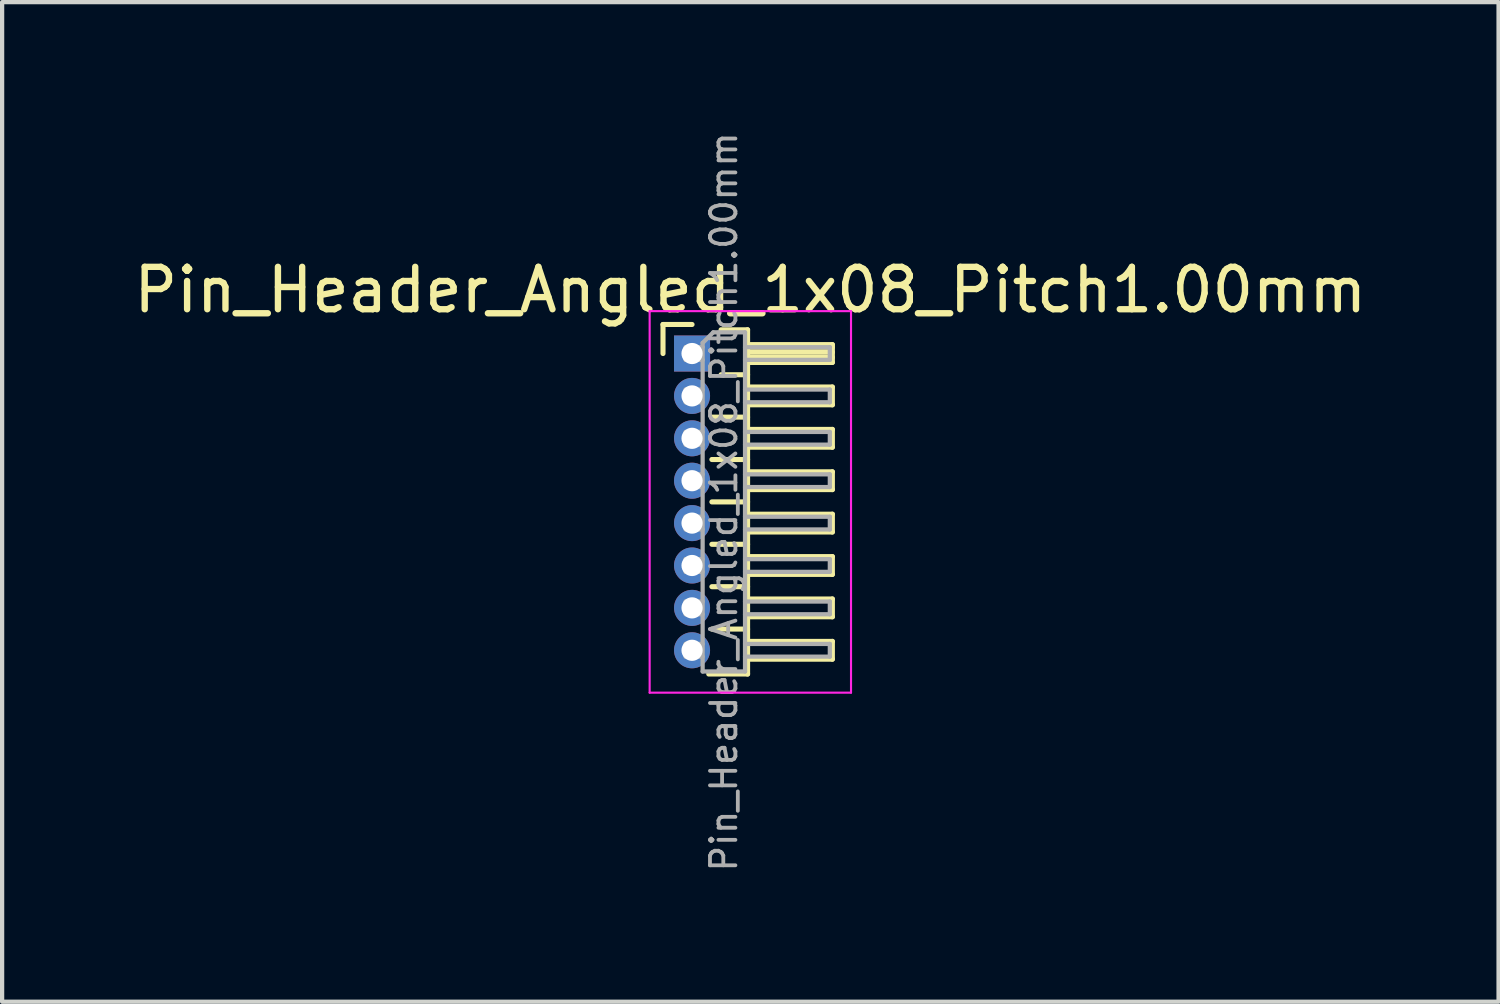
<source format=kicad_pcb>
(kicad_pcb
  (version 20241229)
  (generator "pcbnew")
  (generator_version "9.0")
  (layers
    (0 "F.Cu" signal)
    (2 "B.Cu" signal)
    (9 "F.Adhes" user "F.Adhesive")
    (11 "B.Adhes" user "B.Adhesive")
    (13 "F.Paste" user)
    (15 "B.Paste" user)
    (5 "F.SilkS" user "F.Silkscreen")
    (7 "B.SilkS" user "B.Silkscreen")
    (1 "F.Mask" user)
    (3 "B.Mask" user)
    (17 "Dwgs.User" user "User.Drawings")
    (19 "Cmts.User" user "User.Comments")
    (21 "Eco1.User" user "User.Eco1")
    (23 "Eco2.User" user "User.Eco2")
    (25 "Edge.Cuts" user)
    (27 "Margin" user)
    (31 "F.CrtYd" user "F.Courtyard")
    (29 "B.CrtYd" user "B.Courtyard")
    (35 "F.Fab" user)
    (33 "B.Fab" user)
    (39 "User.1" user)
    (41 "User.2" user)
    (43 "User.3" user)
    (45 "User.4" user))
  (footprint "Pin_Header_Angled_1x08_Pitch1.00mm"
    (layer "F.Cu")
    (at 13.274 5.289)
    (property "Reference" "Pin_Header_Angled_1x08_Pitch1.00mm" (at 1.375 -1.5 0) (layer "F.SilkS") (effects (font (size 1 1) (thickness 0.15))))
    (attr through_hole)
    (fp_line (start -0.685 -0.685) (end 0 -0.685) (stroke (width 0.12) (type solid)) (layer "F.SilkS"))
    (fp_line (start -0.685 0) (end -0.685 -0.685) (stroke (width 0.12) (type solid)) (layer "F.SilkS"))
    (fp_line (start 0.468 1.5) (end 1.31 1.5) (stroke (width 0.12) (type solid)) (layer "F.SilkS"))
    (fp_line (start 0.468 2.5) (end 1.31 2.5) (stroke (width 0.12) (type solid)) (layer "F.SilkS"))
    (fp_line (start 0.468 3.5) (end 1.31 3.5) (stroke (width 0.12) (type solid)) (layer "F.SilkS"))
    (fp_line (start 0.468 4.5) (end 1.31 4.5) (stroke (width 0.12) (type solid)) (layer "F.SilkS"))
    (fp_line (start 0.468 5.5) (end 1.31 5.5) (stroke (width 0.12) (type solid)) (layer "F.SilkS"))
    (fp_line (start 0.468 6.5) (end 1.31 6.5) (stroke (width 0.12) (type solid)) (layer "F.SilkS"))
    (fp_line (start 0.685 -0.56) (end 1.31 -0.56) (stroke (width 0.12) (type solid)) (layer "F.SilkS"))
    (fp_line (start 0.685 0.5) (end 1.31 0.5) (stroke (width 0.12) (type solid)) (layer "F.SilkS"))
    (fp_line (start 1.31 -0.56) (end 1.31 7.56) (stroke (width 0.12) (type solid)) (layer "F.SilkS"))
    (fp_line (start 1.31 -0.21) (end 3.31 -0.21) (stroke (width 0.12) (type solid)) (layer "F.SilkS"))
    (fp_line (start 1.31 -0.15) (end 3.31 -0.15) (stroke (width 0.12) (type solid)) (layer "F.SilkS"))
    (fp_line (start 1.31 -0.03) (end 3.31 -0.03) (stroke (width 0.12) (type solid)) (layer "F.SilkS"))
    (fp_line (start 1.31 0.09) (end 3.31 0.09) (stroke (width 0.12) (type solid)) (layer "F.SilkS"))
    (fp_line (start 1.31 0.79) (end 3.31 0.79) (stroke (width 0.12) (type solid)) (layer "F.SilkS"))
    (fp_line (start 1.31 1.79) (end 3.31 1.79) (stroke (width 0.12) (type solid)) (layer "F.SilkS"))
    (fp_line (start 1.31 2.79) (end 3.31 2.79) (stroke (width 0.12) (type solid)) (layer "F.SilkS"))
    (fp_line (start 1.31 3.79) (end 3.31 3.79) (stroke (width 0.12) (type solid)) (layer "F.SilkS"))
    (fp_line (start 1.31 4.79) (end 3.31 4.79) (stroke (width 0.12) (type solid)) (layer "F.SilkS"))
    (fp_line (start 1.31 5.79) (end 3.31 5.79) (stroke (width 0.12) (type solid)) (layer "F.SilkS"))
    (fp_line (start 1.31 6.79) (end 3.31 6.79) (stroke (width 0.12) (type solid)) (layer "F.SilkS"))
    (fp_line (start 1.31 7.56) (end 0.394 7.56) (stroke (width 0.12) (type solid)) (layer "F.SilkS"))
    (fp_line (start 3.31 -0.21) (end 3.31 0.21) (stroke (width 0.12) (type solid)) (layer "F.SilkS"))
    (fp_line (start 3.31 0.21) (end 1.31 0.21) (stroke (width 0.12) (type solid)) (layer "F.SilkS"))
    (fp_line (start 3.31 0.79) (end 3.31 1.21) (stroke (width 0.12) (type solid)) (layer "F.SilkS"))
    (fp_line (start 3.31 1.21) (end 1.31 1.21) (stroke (width 0.12) (type solid)) (layer "F.SilkS"))
    (fp_line (start 3.31 1.79) (end 3.31 2.21) (stroke (width 0.12) (type solid)) (layer "F.SilkS"))
    (fp_line (start 3.31 2.21) (end 1.31 2.21) (stroke (width 0.12) (type solid)) (layer "F.SilkS"))
    (fp_line (start 3.31 2.79) (end 3.31 3.21) (stroke (width 0.12) (type solid)) (layer "F.SilkS"))
    (fp_line (start 3.31 3.21) (end 1.31 3.21) (stroke (width 0.12) (type solid)) (layer "F.SilkS"))
    (fp_line (start 3.31 3.79) (end 3.31 4.21) (stroke (width 0.12) (type solid)) (layer "F.SilkS"))
    (fp_line (start 3.31 4.21) (end 1.31 4.21) (stroke (width 0.12) (type solid)) (layer "F.SilkS"))
    (fp_line (start 3.31 4.79) (end 3.31 5.21) (stroke (width 0.12) (type solid)) (layer "F.SilkS"))
    (fp_line (start 3.31 5.21) (end 1.31 5.21) (stroke (width 0.12) (type solid)) (layer "F.SilkS"))
    (fp_line (start 3.31 5.79) (end 3.31 6.21) (stroke (width 0.12) (type solid)) (layer "F.SilkS"))
    (fp_line (start 3.31 6.21) (end 1.31 6.21) (stroke (width 0.12) (type solid)) (layer "F.SilkS"))
    (fp_line (start 3.31 6.79) (end 3.31 7.21) (stroke (width 0.12) (type solid)) (layer "F.SilkS"))
    (fp_line (start 3.31 7.21) (end 1.31 7.21) (stroke (width 0.12) (type solid)) (layer "F.SilkS"))
    (fp_line (start -1 -1) (end -1 8) (stroke (width 0.05) (type solid)) (layer "F.CrtYd"))
    (fp_line (start -1 8) (end 3.75 8) (stroke (width 0.05) (type solid)) (layer "F.CrtYd"))
    (fp_line (start 3.75 -1) (end -1 -1) (stroke (width 0.05) (type solid)) (layer "F.CrtYd"))
    (fp_line (start 3.75 8) (end 3.75 -1) (stroke (width 0.05) (type solid)) (layer "F.CrtYd"))
    (fp_line (start -0.15 -0.15) (end -0.15 0.15) (stroke (width 0.1) (type solid)) (layer "F.Fab"))
    (fp_line (start -0.15 -0.15) (end 0.25 -0.15) (stroke (width 0.1) (type solid)) (layer "F.Fab"))
    (fp_line (start -0.15 0.15) (end 0.25 0.15) (stroke (width 0.1) (type solid)) (layer "F.Fab"))
    (fp_line (start -0.15 0.85) (end -0.15 1.15) (stroke (width 0.1) (type solid)) (layer "F.Fab"))
    (fp_line (start -0.15 0.85) (end 0.25 0.85) (stroke (width 0.1) (type solid)) (layer "F.Fab"))
    (fp_line (start -0.15 1.15) (end 0.25 1.15) (stroke (width 0.1) (type solid)) (layer "F.Fab"))
    (fp_line (start -0.15 1.85) (end -0.15 2.15) (stroke (width 0.1) (type solid)) (layer "F.Fab"))
    (fp_line (start -0.15 1.85) (end 0.25 1.85) (stroke (width 0.1) (type solid)) (layer "F.Fab"))
    (fp_line (start -0.15 2.15) (end 0.25 2.15) (stroke (width 0.1) (type solid)) (layer "F.Fab"))
    (fp_line (start -0.15 2.85) (end -0.15 3.15) (stroke (width 0.1) (type solid)) (layer "F.Fab"))
    (fp_line (start -0.15 2.85) (end 0.25 2.85) (stroke (width 0.1) (type solid)) (layer "F.Fab"))
    (fp_line (start -0.15 3.15) (end 0.25 3.15) (stroke (width 0.1) (type solid)) (layer "F.Fab"))
    (fp_line (start -0.15 3.85) (end -0.15 4.15) (stroke (width 0.1) (type solid)) (layer "F.Fab"))
    (fp_line (start -0.15 3.85) (end 0.25 3.85) (stroke (width 0.1) (type solid)) (layer "F.Fab"))
    (fp_line (start -0.15 4.15) (end 0.25 4.15) (stroke (width 0.1) (type solid)) (layer "F.Fab"))
    (fp_line (start -0.15 4.85) (end -0.15 5.15) (stroke (width 0.1) (type solid)) (layer "F.Fab"))
    (fp_line (start -0.15 4.85) (end 0.25 4.85) (stroke (width 0.1) (type solid)) (layer "F.Fab"))
    (fp_line (start -0.15 5.15) (end 0.25 5.15) (stroke (width 0.1) (type solid)) (layer "F.Fab"))
    (fp_line (start -0.15 5.85) (end -0.15 6.15) (stroke (width 0.1) (type solid)) (layer "F.Fab"))
    (fp_line (start -0.15 5.85) (end 0.25 5.85) (stroke (width 0.1) (type solid)) (layer "F.Fab"))
    (fp_line (start -0.15 6.15) (end 0.25 6.15) (stroke (width 0.1) (type solid)) (layer "F.Fab"))
    (fp_line (start -0.15 6.85) (end -0.15 7.15) (stroke (width 0.1) (type solid)) (layer "F.Fab"))
    (fp_line (start -0.15 6.85) (end 0.25 6.85) (stroke (width 0.1) (type solid)) (layer "F.Fab"))
    (fp_line (start -0.15 7.15) (end 0.25 7.15) (stroke (width 0.1) (type solid)) (layer "F.Fab"))
    (fp_line (start 0.25 -0.25) (end 0.5 -0.5) (stroke (width 0.1) (type solid)) (layer "F.Fab"))
    (fp_line (start 0.25 7.5) (end 0.25 -0.25) (stroke (width 0.1) (type solid)) (layer "F.Fab"))
    (fp_line (start 0.5 -0.5) (end 1.25 -0.5) (stroke (width 0.1) (type solid)) (layer "F.Fab"))
    (fp_line (start 1.25 -0.5) (end 1.25 7.5) (stroke (width 0.1) (type solid)) (layer "F.Fab"))
    (fp_line (start 1.25 -0.15) (end 3.25 -0.15) (stroke (width 0.1) (type solid)) (layer "F.Fab"))
    (fp_line (start 1.25 0.15) (end 3.25 0.15) (stroke (width 0.1) (type solid)) (layer "F.Fab"))
    (fp_line (start 1.25 0.85) (end 3.25 0.85) (stroke (width 0.1) (type solid)) (layer "F.Fab"))
    (fp_line (start 1.25 1.15) (end 3.25 1.15) (stroke (width 0.1) (type solid)) (layer "F.Fab"))
    (fp_line (start 1.25 1.85) (end 3.25 1.85) (stroke (width 0.1) (type solid)) (layer "F.Fab"))
    (fp_line (start 1.25 2.15) (end 3.25 2.15) (stroke (width 0.1) (type solid)) (layer "F.Fab"))
    (fp_line (start 1.25 2.85) (end 3.25 2.85) (stroke (width 0.1) (type solid)) (layer "F.Fab"))
    (fp_line (start 1.25 3.15) (end 3.25 3.15) (stroke (width 0.1) (type solid)) (layer "F.Fab"))
    (fp_line (start 1.25 3.85) (end 3.25 3.85) (stroke (width 0.1) (type solid)) (layer "F.Fab"))
    (fp_line (start 1.25 4.15) (end 3.25 4.15) (stroke (width 0.1) (type solid)) (layer "F.Fab"))
    (fp_line (start 1.25 4.85) (end 3.25 4.85) (stroke (width 0.1) (type solid)) (layer "F.Fab"))
    (fp_line (start 1.25 5.15) (end 3.25 5.15) (stroke (width 0.1) (type solid)) (layer "F.Fab"))
    (fp_line (start 1.25 5.85) (end 3.25 5.85) (stroke (width 0.1) (type solid)) (layer "F.Fab"))
    (fp_line (start 1.25 6.15) (end 3.25 6.15) (stroke (width 0.1) (type solid)) (layer "F.Fab"))
    (fp_line (start 1.25 6.85) (end 3.25 6.85) (stroke (width 0.1) (type solid)) (layer "F.Fab"))
    (fp_line (start 1.25 7.15) (end 3.25 7.15) (stroke (width 0.1) (type solid)) (layer "F.Fab"))
    (fp_line (start 1.25 7.5) (end 0.25 7.5) (stroke (width 0.1) (type solid)) (layer "F.Fab"))
    (fp_line (start 3.25 -0.15) (end 3.25 0.15) (stroke (width 0.1) (type solid)) (layer "F.Fab"))
    (fp_line (start 3.25 0.85) (end 3.25 1.15) (stroke (width 0.1) (type solid)) (layer "F.Fab"))
    (fp_line (start 3.25 1.85) (end 3.25 2.15) (stroke (width 0.1) (type solid)) (layer "F.Fab"))
    (fp_line (start 3.25 2.85) (end 3.25 3.15) (stroke (width 0.1) (type solid)) (layer "F.Fab"))
    (fp_line (start 3.25 3.85) (end 3.25 4.15) (stroke (width 0.1) (type solid)) (layer "F.Fab"))
    (fp_line (start 3.25 4.85) (end 3.25 5.15) (stroke (width 0.1) (type solid)) (layer "F.Fab"))
    (fp_line (start 3.25 5.85) (end 3.25 6.15) (stroke (width 0.1) (type solid)) (layer "F.Fab"))
    (fp_line (start 3.25 6.85) (end 3.25 7.15) (stroke (width 0.1) (type solid)) (layer "F.Fab"))
    (fp_text user "${REFERENCE}" (at 0.75 3.5 90) (layer "F.Fab") (effects (font (size 0.6 0.6) (thickness 0.09))))
    (pad "1" thru_hole rect (at 0 0) (size 0.85 0.85) (drill 0.5) (layers "*.Cu" "*.Mask"))
    (pad "2" thru_hole oval (at 0 1) (size 0.85 0.85) (drill 0.5) (layers "*.Cu" "*.Mask"))
    (pad "3" thru_hole oval (at 0 2) (size 0.85 0.85) (drill 0.5) (layers "*.Cu" "*.Mask"))
    (pad "4" thru_hole oval (at 0 3) (size 0.85 0.85) (drill 0.5) (layers "*.Cu" "*.Mask"))
    (pad "5" thru_hole oval (at 0 4) (size 0.85 0.85) (drill 0.5) (layers "*.Cu" "*.Mask"))
    (pad "6" thru_hole oval (at 0 5) (size 0.85 0.85) (drill 0.5) (layers "*.Cu" "*.Mask"))
    (pad "7" thru_hole oval (at 0 6) (size 0.85 0.85) (drill 0.5) (layers "*.Cu" "*.Mask"))
    (pad "8" thru_hole oval (at 0 7) (size 0.85 0.85) (drill 0.5) (layers "*.Cu" "*.Mask")))
  (gr_rect
    (start -3 -3)
    (end 32.298 20.579)
    (stroke (width 0.1) (type default))
    (fill no)
    (layer "Edge.Cuts")))
</source>
